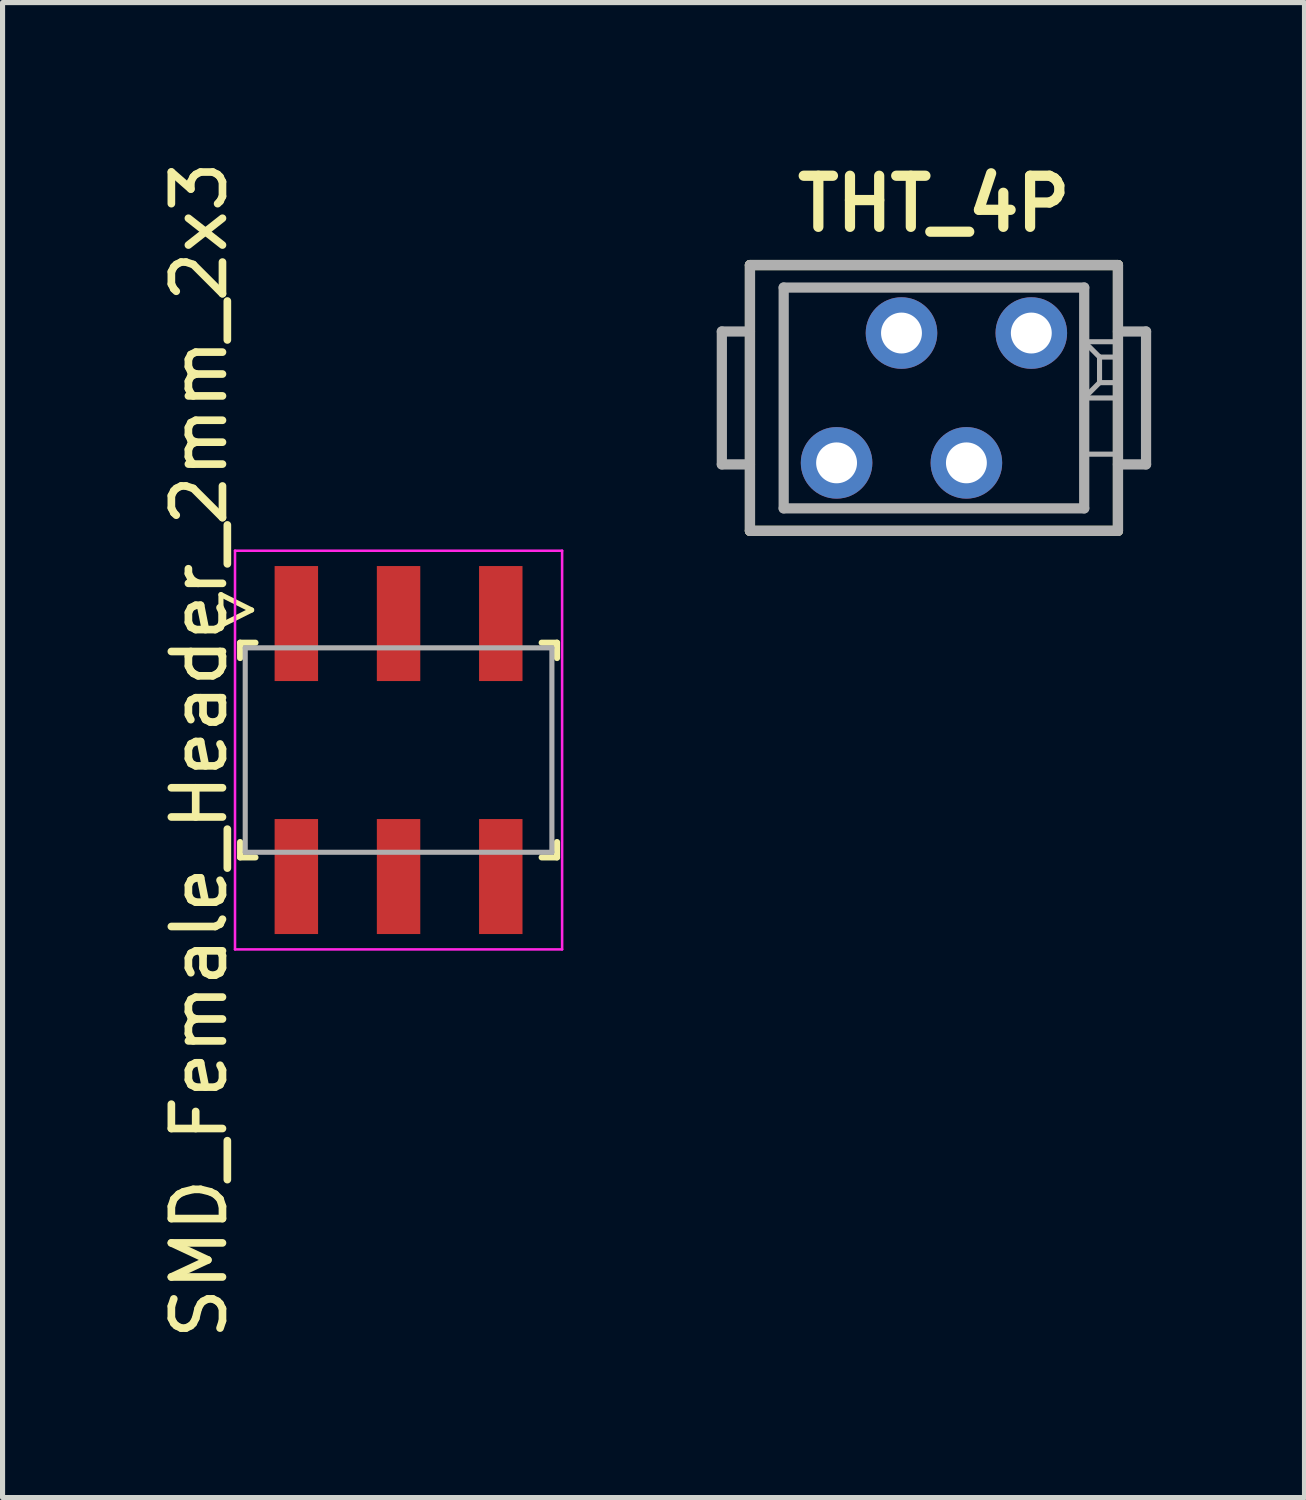
<source format=kicad_pcb>
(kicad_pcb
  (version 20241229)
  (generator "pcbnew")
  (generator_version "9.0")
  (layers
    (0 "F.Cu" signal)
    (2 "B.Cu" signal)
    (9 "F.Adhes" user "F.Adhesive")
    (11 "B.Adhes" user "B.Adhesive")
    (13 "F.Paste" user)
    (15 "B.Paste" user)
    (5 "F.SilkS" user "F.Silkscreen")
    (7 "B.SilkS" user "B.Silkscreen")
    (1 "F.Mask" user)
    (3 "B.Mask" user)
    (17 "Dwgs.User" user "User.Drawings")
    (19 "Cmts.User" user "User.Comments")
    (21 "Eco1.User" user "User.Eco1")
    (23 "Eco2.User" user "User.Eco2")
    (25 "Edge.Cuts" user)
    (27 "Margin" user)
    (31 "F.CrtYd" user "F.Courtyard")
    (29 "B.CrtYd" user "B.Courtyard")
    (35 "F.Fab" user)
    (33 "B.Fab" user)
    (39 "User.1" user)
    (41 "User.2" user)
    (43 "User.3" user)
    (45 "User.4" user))
  (footprint "SMD_Female_Header_2mm_2x3"
    (layer "F.Cu")
    (at 4.748 11.625)
    (property "Reference" "SMD_Female_Header_2mm_2x3" (at -3.9 0 90) (layer "F.SilkS") (effects (font (size 1 1) (thickness 0.15))))
    (attr smd)
    (fp_line (start -3.475 -3.04) (end -3.475 -2.44) (stroke (width 0.1) (type solid)) (layer "F.SilkS"))
    (fp_line (start -3.475 -2.44) (end -2.875 -2.74) (stroke (width 0.1) (type solid)) (layer "F.SilkS"))
    (fp_line (start -3.1 -2.1) (end -3.1 -1.8) (stroke (width 0.12) (type solid)) (layer "F.SilkS"))
    (fp_line (start -3.1 -2.1) (end -2.8 -2.1) (stroke (width 0.12) (type solid)) (layer "F.SilkS"))
    (fp_line (start -3.1 2.1) (end -3.1 1.8) (stroke (width 0.12) (type solid)) (layer "F.SilkS"))
    (fp_line (start -3.1 2.1) (end -2.8 2.1) (stroke (width 0.12) (type solid)) (layer "F.SilkS"))
    (fp_line (start -2.875 -2.74) (end -3.475 -3.04) (stroke (width 0.1) (type solid)) (layer "F.SilkS"))
    (fp_line (start 3.1 -2.1) (end 2.8 -2.1) (stroke (width 0.12) (type solid)) (layer "F.SilkS"))
    (fp_line (start 3.1 -2.1) (end 3.1 -1.8) (stroke (width 0.12) (type solid)) (layer "F.SilkS"))
    (fp_line (start 3.1 2.1) (end 2.8 2.1) (stroke (width 0.12) (type solid)) (layer "F.SilkS"))
    (fp_line (start 3.1 2.1) (end 3.1 1.8) (stroke (width 0.12) (type solid)) (layer "F.SilkS"))
    (fp_line (start -3.2 -3.9) (end -3.2 3.9) (stroke (width 0.05) (type solid)) (layer "F.CrtYd"))
    (fp_line (start -3.2 3.9) (end 3.2 3.9) (stroke (width 0.05) (type solid)) (layer "F.CrtYd"))
    (fp_line (start 3.2 -3.9) (end -3.2 -3.9) (stroke (width 0.05) (type solid)) (layer "F.CrtYd"))
    (fp_line (start 3.2 3.9) (end 3.2 -3.9) (stroke (width 0.05) (type solid)) (layer "F.CrtYd"))
    (fp_line (start -3 -2) (end -3 2) (stroke (width 0.1) (type solid)) (layer "F.Fab"))
    (fp_line (start -3 2) (end 3 2) (stroke (width 0.1) (type solid)) (layer "F.Fab"))
    (fp_line (start 3 -2) (end -3 -2) (stroke (width 0.1) (type solid)) (layer "F.Fab"))
    (fp_line (start 3 2) (end 3 -2) (stroke (width 0.1) (type solid)) (layer "F.Fab"))
    (pad "1" smd rect (at -2 -2.475) (size 0.85 2.25) (layers "F.Cu" "F.Mask" "F.Paste"))
    (pad "2" smd rect (at -2 2.475) (size 0.85 2.25) (layers "F.Cu" "F.Mask" "F.Paste"))
    (pad "3" smd rect (at 0 -2.475) (size 0.85 2.25) (layers "F.Cu" "F.Mask" "F.Paste"))
    (pad "4" smd rect (at 0 2.475) (size 0.85 2.25) (layers "F.Cu" "F.Mask" "F.Paste"))
    (pad "5" smd rect (at 2 -2.475) (size 0.85 2.25) (layers "F.Cu" "F.Mask" "F.Paste"))
    (pad "6" smd rect (at 2 2.475) (size 0.85 2.25) (layers "F.Cu" "F.Mask" "F.Paste")))
  (footprint "THT_4P"
    (layer "F.Cu")
    (at 15.223 4.736)
    (property "Reference" "THT_4P" (at 0 -3.8 0) (layer "F.SilkS") (effects (font (size 1 1) (thickness 0.2))))
    (attr through_hole)
    (fp_line (start -3.6 -2.6) (end 3.6 -2.6) (stroke (width 0.2) (type solid)) (layer "F.SilkS"))
    (fp_line (start -3.6 2.6) (end -3.6 -2.6) (stroke (width 0.2) (type solid)) (layer "F.SilkS"))
    (fp_line (start 3.6 -2.6) (end 3.6 2.6) (stroke (width 0.2) (type solid)) (layer "F.SilkS"))
    (fp_line (start 3.6 2.6) (end -3.6 2.6) (stroke (width 0.2) (type solid)) (layer "F.SilkS"))
    (fp_line (start -4.15 -1.3) (end -4.15 1.3) (stroke (width 0.2) (type solid)) (layer "F.Fab"))
    (fp_line (start -4.15 1.3) (end -3.6 1.3) (stroke (width 0.2) (type solid)) (layer "F.Fab"))
    (fp_line (start -3.6 -2.6) (end 3.6 -2.6) (stroke (width 0.2) (type solid)) (layer "F.Fab"))
    (fp_line (start -3.6 -1.3) (end -4.15 -1.3) (stroke (width 0.2) (type solid)) (layer "F.Fab"))
    (fp_line (start -3.6 2.6) (end -3.6 -2.6) (stroke (width 0.2) (type solid)) (layer "F.Fab"))
    (fp_line (start -2.94 -2.16) (end 2.94 -2.16) (stroke (width 0.2) (type solid)) (layer "F.Fab"))
    (fp_line (start -2.94 2.16) (end -2.94 -2.16) (stroke (width 0.2) (type solid)) (layer "F.Fab"))
    (fp_line (start 2.94 -2.16) (end 2.94 2.16) (stroke (width 0.2) (type solid)) (layer "F.Fab"))
    (fp_line (start 2.94 -1.1) (end 3.24 -0.8) (stroke (width 0.1) (type solid)) (layer "F.Fab"))
    (fp_line (start 2.94 -1.1) (end 3.6 -1.1) (stroke (width 0.1) (type solid)) (layer "F.Fab"))
    (fp_line (start 2.94 0) (end 3.24 -0.3) (stroke (width 0.1) (type solid)) (layer "F.Fab"))
    (fp_line (start 2.94 0) (end 3.6 0) (stroke (width 0.1) (type solid)) (layer "F.Fab"))
    (fp_line (start 2.94 1.1) (end 3.6 1.1) (stroke (width 0.1) (type solid)) (layer "F.Fab"))
    (fp_line (start 2.94 2.16) (end -2.94 2.16) (stroke (width 0.2) (type solid)) (layer "F.Fab"))
    (fp_line (start 3.24 -0.8) (end 3.6 -0.8) (stroke (width 0.1) (type solid)) (layer "F.Fab"))
    (fp_line (start 3.24 -0.3) (end 3.24 -0.8) (stroke (width 0.1) (type solid)) (layer "F.Fab"))
    (fp_line (start 3.24 -0.3) (end 3.6 -0.3) (stroke (width 0.1) (type solid)) (layer "F.Fab"))
    (fp_line (start 3.6 -2.6) (end 3.6 2.6) (stroke (width 0.2) (type solid)) (layer "F.Fab"))
    (fp_line (start 3.6 -1.3) (end 4.15 -1.3) (stroke (width 0.2) (type solid)) (layer "F.Fab"))
    (fp_line (start 3.6 2.6) (end -3.6 2.6) (stroke (width 0.2) (type solid)) (layer "F.Fab"))
    (fp_line (start 4.15 -1.3) (end 4.15 1.3) (stroke (width 0.2) (type solid)) (layer "F.Fab"))
    (fp_line (start 4.15 1.3) (end 3.6 1.3) (stroke (width 0.2) (type solid)) (layer "F.Fab"))
    (pad "1" thru_hole circle (at 1.905 -1.27) (size 1.4 1.4) (drill 0.8) (layers "*.Cu" "*.Mask"))
    (pad "2" thru_hole circle (at 0.635 1.27) (size 1.4 1.4) (drill 0.8) (layers "*.Cu" "*.Mask"))
    (pad "3" thru_hole circle (at -0.635 -1.27) (size 1.4 1.4) (drill 0.8) (layers "*.Cu" "*.Mask"))
    (pad "4" thru_hole circle (at -1.905 1.27) (size 1.4 1.4) (drill 0.8) (layers "*.Cu" "*.Mask")))
  (gr_rect
    (start -3 -3)
    (end 22.473 26.25)
    (stroke (width 0.1) (type default))
    (fill no)
    (layer "Edge.Cuts")))
</source>
